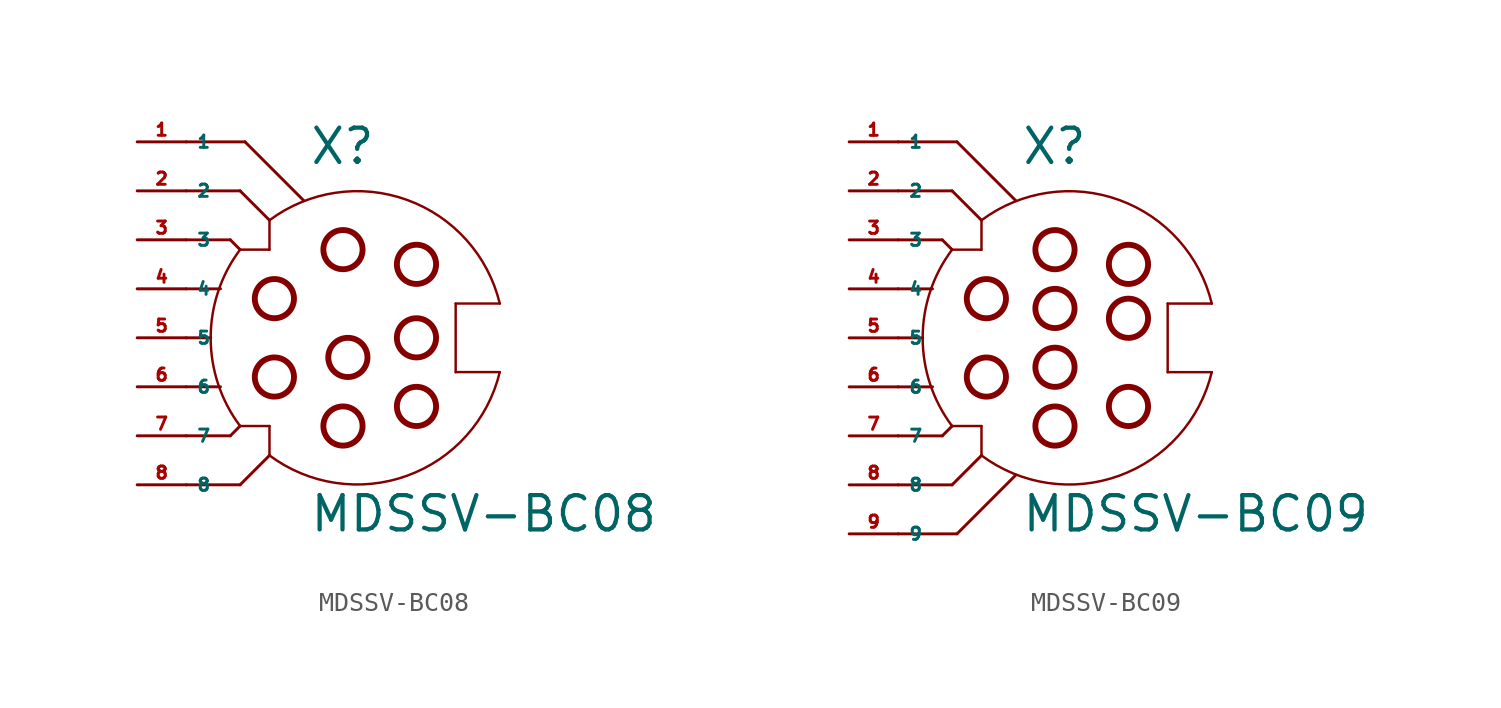
<source format=kicad_sym>
(kicad_symbol_lib
  (version 20220914)
  (generator Eagle2Kicad)
  (symbol "MDSSV-BC08"
    (property "Reference" "X"
      (at -1.27 8.89 0)
      (effects (font (size 1.778 1.778) (thickness 0.22)) (justify left bottom)))
    (property "Value" "MDSSV-BC08"
      (at -1.27 -10.16 0)
      (effects (font (size 1.778 1.778) (thickness 0.22)) (justify left bottom)))
    (polyline
      (pts (xy 6.35 -1.778) (xy 6.35 1.778))
      (stroke (width 0.127) (type default))
      (fill (type none)))
    (polyline
      (pts (xy 6.35 1.778) (xy 8.636 1.778))
      (stroke (width 0.127) (type default))
      (fill (type none)))
    (polyline
      (pts (xy -3.302 6.096) (xy -3.302 4.572))
      (stroke (width 0.127) (type default))
      (fill (type none)))
    (polyline
      (pts (xy -3.302 4.572) (xy -4.826 4.572))
      (stroke (width 0.127) (type default))
      (fill (type none)))
    (polyline
      (pts (xy -4.826 -4.572) (xy -3.302 -4.572))
      (stroke (width 0.127) (type default))
      (fill (type none)))
    (polyline
      (pts (xy -3.302 -4.572) (xy -3.302 -6.096))
      (stroke (width 0.127) (type default))
      (fill (type none)))
    (arc
      (start -4.826 4.572)
      (mid -6.350 0.000)
      (end -4.826 -4.572)
      (stroke (width 0.127) (type default))
      (fill (type none)))
    (arc
      (start 8.6357 1.778)
      (mid 3.829 7.150)
      (end -3.302 6.096)
      (stroke (width 0.127) (type default))
      (fill (type none)))
    (polyline
      (pts (xy -7.62 0) (xy -6.35 0))
      (stroke (width 0.152) (type default))
      (fill (type none)))
    (polyline
      (pts (xy -7.62 2.54) (xy -5.842 2.54))
      (stroke (width 0.152) (type default))
      (fill (type none)))
    (polyline
      (pts (xy -7.62 -2.54) (xy -5.842 -2.54))
      (stroke (width 0.152) (type default))
      (fill (type none)))
    (polyline
      (pts (xy -7.62 5.08) (xy -5.334 5.08))
      (stroke (width 0.152) (type default))
      (fill (type none)))
    (polyline
      (pts (xy -5.334 5.08) (xy -4.826 4.572))
      (stroke (width 0.152) (type default))
      (fill (type none)))
    (polyline
      (pts (xy -7.62 -5.08) (xy -5.334 -5.08))
      (stroke (width 0.152) (type default))
      (fill (type none)))
    (polyline
      (pts (xy -5.334 -5.08) (xy -4.826 -4.572))
      (stroke (width 0.152) (type default))
      (fill (type none)))
    (polyline
      (pts (xy -7.62 -7.62) (xy -4.826 -7.62))
      (stroke (width 0.152) (type default))
      (fill (type none)))
    (polyline
      (pts (xy -4.826 -7.62) (xy -3.302 -6.096))
      (stroke (width 0.152) (type default))
      (fill (type none)))
    (polyline
      (pts (xy -7.62 7.62) (xy -4.826 7.62))
      (stroke (width 0.152) (type default))
      (fill (type none)))
    (polyline
      (pts (xy -4.826 7.62) (xy -3.302 6.096))
      (stroke (width 0.152) (type default))
      (fill (type none)))
    (polyline
      (pts (xy -7.62 10.16) (xy -4.572 10.16))
      (stroke (width 0.152) (type default))
      (fill (type none)))
    (polyline
      (pts (xy -4.572 10.16) (xy -1.524 7.112))
      (stroke (width 0.152) (type default))
      (fill (type none)))
    (polyline
      (pts (xy 6.35 -1.778) (xy 8.636 -1.778))
      (stroke (width 0.127) (type default))
      (fill (type none)))
    (arc
      (start -3.302 -6.096)
      (mid 3.829 -7.150)
      (end 8.6357 -1.778)
      (stroke (width 0.127) (type default))
      (fill (type none)))
    (circle
      (center 0.508 4.572)
      (radius 1.016)
      (stroke (width 0.305) (type default))
      (fill (type none)))
    (circle
      (center 4.318 3.81)
      (radius 1.016)
      (stroke (width 0.305) (type default))
      (fill (type none)))
    (circle
      (center 0.508 -4.572)
      (radius 1.016)
      (stroke (width 0.305) (type default))
      (fill (type none)))
    (circle
      (center 4.318 -3.556)
      (radius 1.016)
      (stroke (width 0.305) (type default))
      (fill (type none)))
    (circle
      (center -3.048 2.032)
      (radius 1.016)
      (stroke (width 0.305) (type default))
      (fill (type none)))
    (circle
      (center -3.048 -2.032)
      (radius 1.016)
      (stroke (width 0.305) (type default))
      (fill (type none)))
    (circle
      (center 4.318 0)
      (radius 1.016)
      (stroke (width 0.305) (type default))
      (fill (type none)))
    (circle
      (center 0.762 -1.016)
      (radius 1.016)
      (stroke (width 0.305) (type default))
      (fill (type none)))
    (pin passive line
      (at -10.16 10.16 0)
      (length 2.54)
      (name "1" (effects (font (size 0.635 0.635) (thickness 0.08)) (justify left bottom)))
      (number "1" (effects (font (size 0.635 0.635) (thickness 0.08)) (justify left bottom))))
    (pin passive line
      (at -10.16 7.62 0)
      (length 2.54)
      (name "2" (effects (font (size 0.635 0.635) (thickness 0.08)) (justify left bottom)))
      (number "2" (effects (font (size 0.635 0.635) (thickness 0.08)) (justify left bottom))))
    (pin passive line
      (at -10.16 5.08 0)
      (length 2.54)
      (name "3" (effects (font (size 0.635 0.635) (thickness 0.08)) (justify left bottom)))
      (number "3" (effects (font (size 0.635 0.635) (thickness 0.08)) (justify left bottom))))
    (pin passive line
      (at -10.16 2.54 0)
      (length 2.54)
      (name "4" (effects (font (size 0.635 0.635) (thickness 0.08)) (justify left bottom)))
      (number "4" (effects (font (size 0.635 0.635) (thickness 0.08)) (justify left bottom))))
    (pin passive line
      (at -10.16 0 0)
      (length 2.54)
      (name "5" (effects (font (size 0.635 0.635) (thickness 0.08)) (justify left bottom)))
      (number "5" (effects (font (size 0.635 0.635) (thickness 0.08)) (justify left bottom))))
    (pin passive line
      (at -10.16 -2.54 0)
      (length 2.54)
      (name "6" (effects (font (size 0.635 0.635) (thickness 0.08)) (justify left bottom)))
      (number "6" (effects (font (size 0.635 0.635) (thickness 0.08)) (justify left bottom))))
    (pin passive line
      (at -10.16 -5.08 0)
      (length 2.54)
      (name "7" (effects (font (size 0.635 0.635) (thickness 0.08)) (justify left bottom)))
      (number "7" (effects (font (size 0.635 0.635) (thickness 0.08)) (justify left bottom))))
    (pin passive line
      (at -10.16 -7.62 0)
      (length 2.54)
      (name "8" (effects (font (size 0.635 0.635) (thickness 0.08)) (justify left bottom)))
      (number "8" (effects (font (size 0.635 0.635) (thickness 0.08)) (justify left bottom)))))
  (symbol "MDSSV-BC09"
    (property "Reference" "X"
      (at -1.27 8.89 0)
      (effects (font (size 1.778 1.778) (thickness 0.22)) (justify left bottom)))
    (property "Value" "MDSSV-BC09"
      (at -1.27 -10.16 0)
      (effects (font (size 1.778 1.778) (thickness 0.22)) (justify left bottom)))
    (polyline
      (pts (xy 6.35 -1.778) (xy 6.35 1.778))
      (stroke (width 0.127) (type default))
      (fill (type none)))
    (polyline
      (pts (xy 6.35 1.778) (xy 8.636 1.778))
      (stroke (width 0.127) (type default))
      (fill (type none)))
    (polyline
      (pts (xy -3.302 6.096) (xy -3.302 4.572))
      (stroke (width 0.127) (type default))
      (fill (type none)))
    (polyline
      (pts (xy -3.302 4.572) (xy -4.826 4.572))
      (stroke (width 0.127) (type default))
      (fill (type none)))
    (polyline
      (pts (xy -4.826 -4.572) (xy -3.302 -4.572))
      (stroke (width 0.127) (type default))
      (fill (type none)))
    (polyline
      (pts (xy -3.302 -4.572) (xy -3.302 -6.096))
      (stroke (width 0.127) (type default))
      (fill (type none)))
    (arc
      (start -4.826 4.572)
      (mid -6.350 0.000)
      (end -4.826 -4.572)
      (stroke (width 0.127) (type default))
      (fill (type none)))
    (arc
      (start 8.6357 1.778)
      (mid 3.829 7.150)
      (end -3.302 6.096)
      (stroke (width 0.127) (type default))
      (fill (type none)))
    (polyline
      (pts (xy -7.62 0) (xy -6.35 0))
      (stroke (width 0.152) (type default))
      (fill (type none)))
    (polyline
      (pts (xy -7.62 2.54) (xy -5.842 2.54))
      (stroke (width 0.152) (type default))
      (fill (type none)))
    (polyline
      (pts (xy -7.62 -2.54) (xy -5.842 -2.54))
      (stroke (width 0.152) (type default))
      (fill (type none)))
    (polyline
      (pts (xy -7.62 5.08) (xy -5.334 5.08))
      (stroke (width 0.152) (type default))
      (fill (type none)))
    (polyline
      (pts (xy -5.334 5.08) (xy -4.826 4.572))
      (stroke (width 0.152) (type default))
      (fill (type none)))
    (polyline
      (pts (xy -7.62 -5.08) (xy -5.334 -5.08))
      (stroke (width 0.152) (type default))
      (fill (type none)))
    (polyline
      (pts (xy -5.334 -5.08) (xy -4.826 -4.572))
      (stroke (width 0.152) (type default))
      (fill (type none)))
    (polyline
      (pts (xy -7.62 -7.62) (xy -4.826 -7.62))
      (stroke (width 0.152) (type default))
      (fill (type none)))
    (polyline
      (pts (xy -4.826 -7.62) (xy -3.302 -6.096))
      (stroke (width 0.152) (type default))
      (fill (type none)))
    (polyline
      (pts (xy -7.62 7.62) (xy -4.826 7.62))
      (stroke (width 0.152) (type default))
      (fill (type none)))
    (polyline
      (pts (xy -4.826 7.62) (xy -3.302 6.096))
      (stroke (width 0.152) (type default))
      (fill (type none)))
    (polyline
      (pts (xy -7.62 10.16) (xy -4.572 10.16))
      (stroke (width 0.152) (type default))
      (fill (type none)))
    (polyline
      (pts (xy -4.572 10.16) (xy -1.524 7.112))
      (stroke (width 0.152) (type default))
      (fill (type none)))
    (polyline
      (pts (xy -7.62 -10.16) (xy -4.572 -10.16))
      (stroke (width 0.152) (type default))
      (fill (type none)))
    (polyline
      (pts (xy -4.572 -10.16) (xy -1.524 -7.112))
      (stroke (width 0.152) (type default))
      (fill (type none)))
    (polyline
      (pts (xy 6.35 -1.778) (xy 8.636 -1.778))
      (stroke (width 0.127) (type default))
      (fill (type none)))
    (arc
      (start -3.302 -6.096)
      (mid 3.829 -7.150)
      (end 8.6357 -1.778)
      (stroke (width 0.127) (type default))
      (fill (type none)))
    (circle
      (center 0.508 4.572)
      (radius 1.016)
      (stroke (width 0.305) (type default))
      (fill (type none)))
    (circle
      (center 4.318 3.81)
      (radius 1.016)
      (stroke (width 0.305) (type default))
      (fill (type none)))
    (circle
      (center 0.508 -4.572)
      (radius 1.016)
      (stroke (width 0.305) (type default))
      (fill (type none)))
    (circle
      (center 4.318 -3.556)
      (radius 1.016)
      (stroke (width 0.305) (type default))
      (fill (type none)))
    (circle
      (center 0.508 1.524)
      (radius 1.016)
      (stroke (width 0.305) (type default))
      (fill (type none)))
    (circle
      (center 0.508 -1.524)
      (radius 1.016)
      (stroke (width 0.305) (type default))
      (fill (type none)))
    (circle
      (center 4.318 1.016)
      (radius 1.016)
      (stroke (width 0.305) (type default))
      (fill (type none)))
    (circle
      (center -3.048 2.032)
      (radius 1.016)
      (stroke (width 0.305) (type default))
      (fill (type none)))
    (circle
      (center -3.048 -2.032)
      (radius 1.016)
      (stroke (width 0.305) (type default))
      (fill (type none)))
    (pin passive line
      (at -10.16 10.16 0)
      (length 2.54)
      (name "1" (effects (font (size 0.635 0.635) (thickness 0.08)) (justify left bottom)))
      (number "1" (effects (font (size 0.635 0.635) (thickness 0.08)) (justify left bottom))))
    (pin passive line
      (at -10.16 7.62 0)
      (length 2.54)
      (name "2" (effects (font (size 0.635 0.635) (thickness 0.08)) (justify left bottom)))
      (number "2" (effects (font (size 0.635 0.635) (thickness 0.08)) (justify left bottom))))
    (pin passive line
      (at -10.16 5.08 0)
      (length 2.54)
      (name "3" (effects (font (size 0.635 0.635) (thickness 0.08)) (justify left bottom)))
      (number "3" (effects (font (size 0.635 0.635) (thickness 0.08)) (justify left bottom))))
    (pin passive line
      (at -10.16 2.54 0)
      (length 2.54)
      (name "4" (effects (font (size 0.635 0.635) (thickness 0.08)) (justify left bottom)))
      (number "4" (effects (font (size 0.635 0.635) (thickness 0.08)) (justify left bottom))))
    (pin passive line
      (at -10.16 0 0)
      (length 2.54)
      (name "5" (effects (font (size 0.635 0.635) (thickness 0.08)) (justify left bottom)))
      (number "5" (effects (font (size 0.635 0.635) (thickness 0.08)) (justify left bottom))))
    (pin passive line
      (at -10.16 -2.54 0)
      (length 2.54)
      (name "6" (effects (font (size 0.635 0.635) (thickness 0.08)) (justify left bottom)))
      (number "6" (effects (font (size 0.635 0.635) (thickness 0.08)) (justify left bottom))))
    (pin passive line
      (at -10.16 -5.08 0)
      (length 2.54)
      (name "7" (effects (font (size 0.635 0.635) (thickness 0.08)) (justify left bottom)))
      (number "7" (effects (font (size 0.635 0.635) (thickness 0.08)) (justify left bottom))))
    (pin passive line
      (at -10.16 -7.62 0)
      (length 2.54)
      (name "8" (effects (font (size 0.635 0.635) (thickness 0.08)) (justify left bottom)))
      (number "8" (effects (font (size 0.635 0.635) (thickness 0.08)) (justify left bottom))))
    (pin passive line
      (at -10.16 -10.16 0)
      (length 2.54)
      (name "9" (effects (font (size 0.635 0.635) (thickness 0.08)) (justify left bottom)))
      (number "9" (effects (font (size 0.635 0.635) (thickness 0.08)) (justify left bottom))))))
</source>
